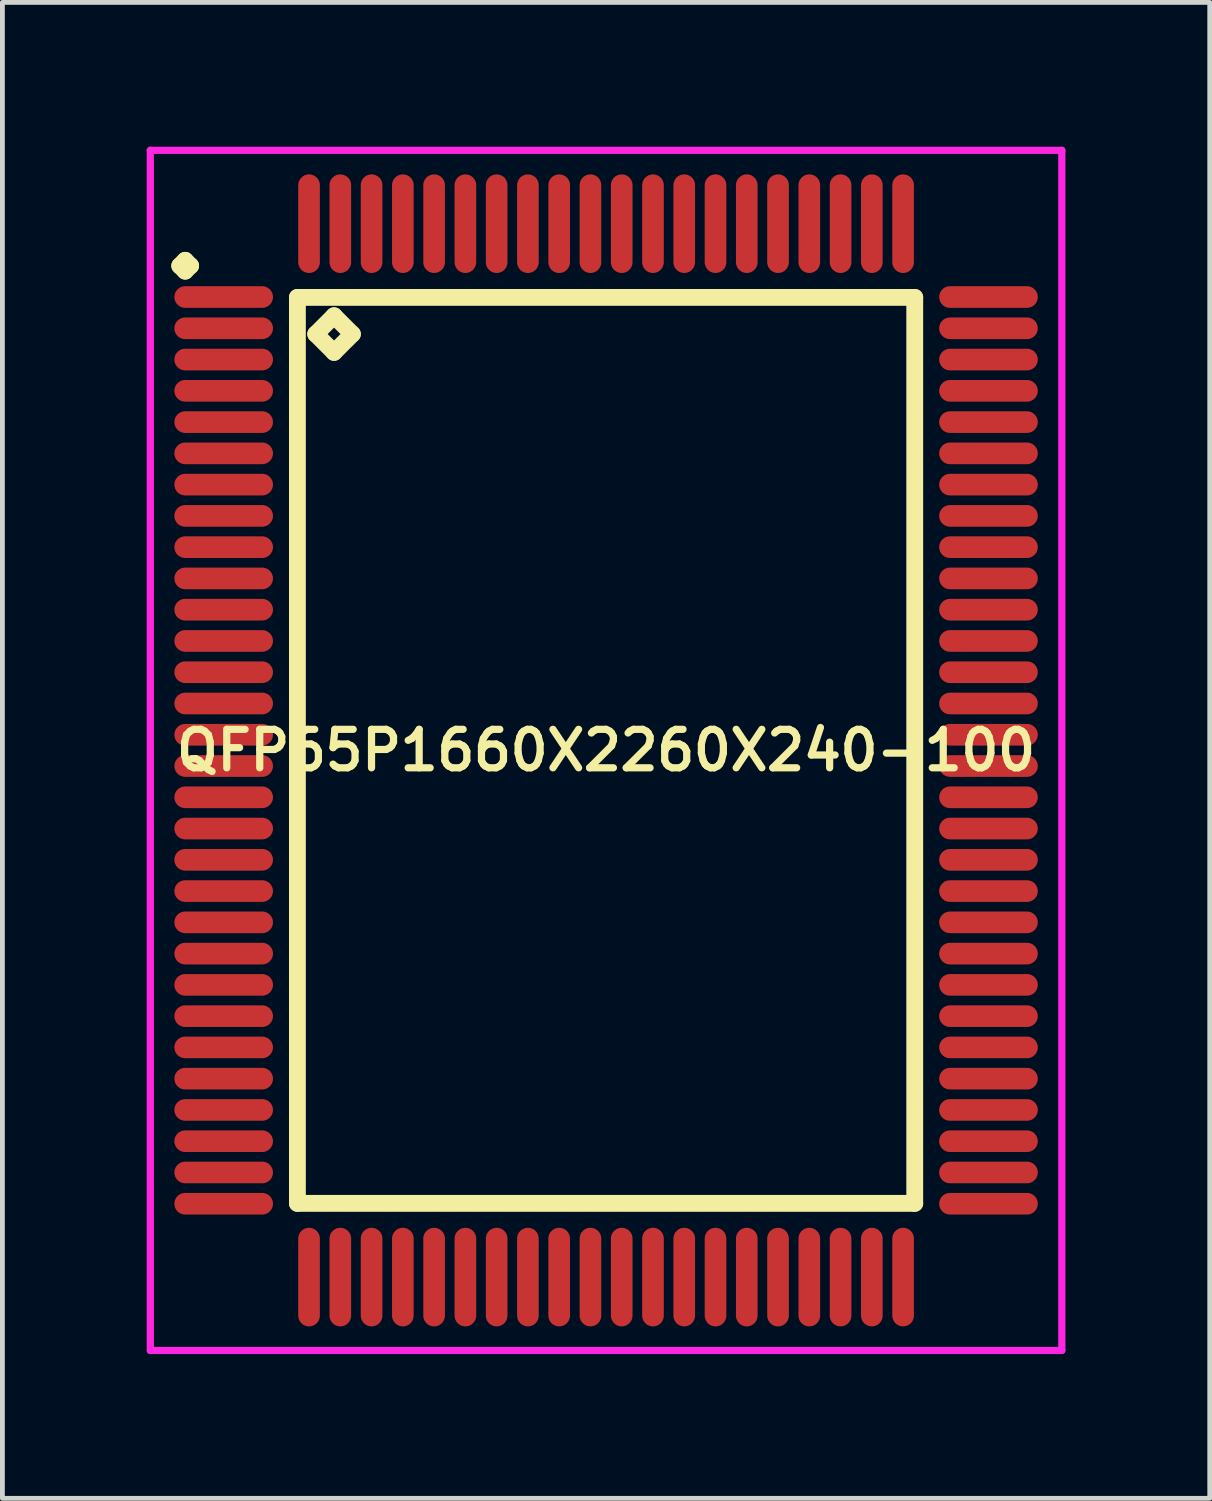
<source format=kicad_pcb>
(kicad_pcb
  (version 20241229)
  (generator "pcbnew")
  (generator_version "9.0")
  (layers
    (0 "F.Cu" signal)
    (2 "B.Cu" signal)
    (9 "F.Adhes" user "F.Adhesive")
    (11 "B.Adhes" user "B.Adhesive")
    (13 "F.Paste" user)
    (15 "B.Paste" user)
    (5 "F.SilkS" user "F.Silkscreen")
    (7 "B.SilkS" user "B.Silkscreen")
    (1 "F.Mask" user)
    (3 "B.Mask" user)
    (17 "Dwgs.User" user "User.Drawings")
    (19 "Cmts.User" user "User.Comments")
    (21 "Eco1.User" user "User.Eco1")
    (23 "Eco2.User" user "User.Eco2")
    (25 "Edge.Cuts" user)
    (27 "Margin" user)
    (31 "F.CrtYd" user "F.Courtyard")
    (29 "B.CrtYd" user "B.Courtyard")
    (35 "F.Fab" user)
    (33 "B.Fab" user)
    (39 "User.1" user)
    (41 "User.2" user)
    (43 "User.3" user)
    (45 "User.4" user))
  (footprint "QFP65P1660X2260X240-100"
    (layer "F.Cu")
    (at 9.55 12.55)
    (property "Reference" "QFP65P1660X2260X240-100" (at 0 0 0) (layer "F.SilkS") (effects (font (size 0.8 0.8) (thickness 0.15))))
    (attr smd)
    (fp_line (start -8.863 -10.075) (end -8.75 -10.188) (stroke (width 0.35) (type solid)) (layer "F.SilkS"))
    (fp_line (start -8.75 -10.188) (end -8.637 -10.075) (stroke (width 0.35) (type solid)) (layer "F.SilkS"))
    (fp_line (start -8.75 -9.963) (end -8.863 -10.075) (stroke (width 0.35) (type solid)) (layer "F.SilkS"))
    (fp_line (start -8.637 -10.075) (end -8.75 -9.963) (stroke (width 0.35) (type solid)) (layer "F.SilkS"))
    (fp_line (start -6.417 -9.417) (end -6.417 9.417) (stroke (width 0.35) (type solid)) (layer "F.SilkS"))
    (fp_line (start -6.417 9.417) (end 6.417 9.417) (stroke (width 0.35) (type solid)) (layer "F.SilkS"))
    (fp_line (start -6.036 -8.655) (end -5.655 -9.036) (stroke (width 0.35) (type solid)) (layer "F.SilkS"))
    (fp_line (start -5.655 -9.036) (end -5.274 -8.655) (stroke (width 0.35) (type solid)) (layer "F.SilkS"))
    (fp_line (start -5.655 -8.274) (end -6.036 -8.655) (stroke (width 0.35) (type solid)) (layer "F.SilkS"))
    (fp_line (start -5.274 -8.655) (end -5.655 -8.274) (stroke (width 0.35) (type solid)) (layer "F.SilkS"))
    (fp_line (start 6.417 -9.417) (end -6.417 -9.417) (stroke (width 0.35) (type solid)) (layer "F.SilkS"))
    (fp_line (start 6.417 9.417) (end 6.417 -9.417) (stroke (width 0.35) (type solid)) (layer "F.SilkS"))
    (fp_line (start -9.475 -12.475) (end 9.475 -12.475) (stroke (width 0.15) (type solid)) (layer "F.CrtYd"))
    (fp_line (start -9.475 12.475) (end -9.475 -12.475) (stroke (width 0.15) (type solid)) (layer "F.CrtYd"))
    (fp_line (start 9.475 -12.475) (end 9.475 12.475) (stroke (width 0.15) (type solid)) (layer "F.CrtYd"))
    (fp_line (start 9.475 12.475) (end -9.475 12.475) (stroke (width 0.15) (type solid)) (layer "F.CrtYd"))
    (pad "1" smd oval (at -7.95 -9.425) (size 2.05 0.45) (layers "F.Cu" "F.Mask" "F.Paste"))
    (pad "2" smd oval (at -7.95 -8.775) (size 2.05 0.45) (layers "F.Cu" "F.Mask" "F.Paste"))
    (pad "3" smd oval (at -7.95 -8.125) (size 2.05 0.45) (layers "F.Cu" "F.Mask" "F.Paste"))
    (pad "4" smd oval (at -7.95 -7.475) (size 2.05 0.45) (layers "F.Cu" "F.Mask" "F.Paste"))
    (pad "5" smd oval (at -7.95 -6.825) (size 2.05 0.45) (layers "F.Cu" "F.Mask" "F.Paste"))
    (pad "6" smd oval (at -7.95 -6.175) (size 2.05 0.45) (layers "F.Cu" "F.Mask" "F.Paste"))
    (pad "7" smd oval (at -7.95 -5.525) (size 2.05 0.45) (layers "F.Cu" "F.Mask" "F.Paste"))
    (pad "8" smd oval (at -7.95 -4.875) (size 2.05 0.45) (layers "F.Cu" "F.Mask" "F.Paste"))
    (pad "9" smd oval (at -7.95 -4.225) (size 2.05 0.45) (layers "F.Cu" "F.Mask" "F.Paste"))
    (pad "10" smd oval (at -7.95 -3.575) (size 2.05 0.45) (layers "F.Cu" "F.Mask" "F.Paste"))
    (pad "11" smd oval (at -7.95 -2.925) (size 2.05 0.45) (layers "F.Cu" "F.Mask" "F.Paste"))
    (pad "12" smd oval (at -7.95 -2.275) (size 2.05 0.45) (layers "F.Cu" "F.Mask" "F.Paste"))
    (pad "13" smd oval (at -7.95 -1.625) (size 2.05 0.45) (layers "F.Cu" "F.Mask" "F.Paste"))
    (pad "14" smd oval (at -7.95 -0.975) (size 2.05 0.45) (layers "F.Cu" "F.Mask" "F.Paste"))
    (pad "15" smd oval (at -7.95 -0.325) (size 2.05 0.45) (layers "F.Cu" "F.Mask" "F.Paste"))
    (pad "16" smd oval (at -7.95 0.325) (size 2.05 0.45) (layers "F.Cu" "F.Mask" "F.Paste"))
    (pad "17" smd oval (at -7.95 0.975) (size 2.05 0.45) (layers "F.Cu" "F.Mask" "F.Paste"))
    (pad "18" smd oval (at -7.95 1.625) (size 2.05 0.45) (layers "F.Cu" "F.Mask" "F.Paste"))
    (pad "19" smd oval (at -7.95 2.275) (size 2.05 0.45) (layers "F.Cu" "F.Mask" "F.Paste"))
    (pad "20" smd oval (at -7.95 2.925) (size 2.05 0.45) (layers "F.Cu" "F.Mask" "F.Paste"))
    (pad "21" smd oval (at -7.95 3.575) (size 2.05 0.45) (layers "F.Cu" "F.Mask" "F.Paste"))
    (pad "22" smd oval (at -7.95 4.225) (size 2.05 0.45) (layers "F.Cu" "F.Mask" "F.Paste"))
    (pad "23" smd oval (at -7.95 4.875) (size 2.05 0.45) (layers "F.Cu" "F.Mask" "F.Paste"))
    (pad "24" smd oval (at -7.95 5.525) (size 2.05 0.45) (layers "F.Cu" "F.Mask" "F.Paste"))
    (pad "25" smd oval (at -7.95 6.175) (size 2.05 0.45) (layers "F.Cu" "F.Mask" "F.Paste"))
    (pad "26" smd oval (at -7.95 6.825) (size 2.05 0.45) (layers "F.Cu" "F.Mask" "F.Paste"))
    (pad "27" smd oval (at -7.95 7.475) (size 2.05 0.45) (layers "F.Cu" "F.Mask" "F.Paste"))
    (pad "28" smd oval (at -7.95 8.125) (size 2.05 0.45) (layers "F.Cu" "F.Mask" "F.Paste"))
    (pad "29" smd oval (at -7.95 8.775) (size 2.05 0.45) (layers "F.Cu" "F.Mask" "F.Paste"))
    (pad "30" smd oval (at -7.95 9.425) (size 2.05 0.45) (layers "F.Cu" "F.Mask" "F.Paste"))
    (pad "31" smd oval (at -6.175 10.95) (size 0.45 2.05) (layers "F.Cu" "F.Mask" "F.Paste"))
    (pad "32" smd oval (at -5.525 10.95) (size 0.45 2.05) (layers "F.Cu" "F.Mask" "F.Paste"))
    (pad "33" smd oval (at -4.875 10.95) (size 0.45 2.05) (layers "F.Cu" "F.Mask" "F.Paste"))
    (pad "34" smd oval (at -4.225 10.95) (size 0.45 2.05) (layers "F.Cu" "F.Mask" "F.Paste"))
    (pad "35" smd oval (at -3.575 10.95) (size 0.45 2.05) (layers "F.Cu" "F.Mask" "F.Paste"))
    (pad "36" smd oval (at -2.925 10.95) (size 0.45 2.05) (layers "F.Cu" "F.Mask" "F.Paste"))
    (pad "37" smd oval (at -2.275 10.95) (size 0.45 2.05) (layers "F.Cu" "F.Mask" "F.Paste"))
    (pad "38" smd oval (at -1.625 10.95) (size 0.45 2.05) (layers "F.Cu" "F.Mask" "F.Paste"))
    (pad "39" smd oval (at -0.975 10.95) (size 0.45 2.05) (layers "F.Cu" "F.Mask" "F.Paste"))
    (pad "40" smd oval (at -0.325 10.95) (size 0.45 2.05) (layers "F.Cu" "F.Mask" "F.Paste"))
    (pad "41" smd oval (at 0.325 10.95) (size 0.45 2.05) (layers "F.Cu" "F.Mask" "F.Paste"))
    (pad "42" smd oval (at 0.975 10.95) (size 0.45 2.05) (layers "F.Cu" "F.Mask" "F.Paste"))
    (pad "43" smd oval (at 1.625 10.95) (size 0.45 2.05) (layers "F.Cu" "F.Mask" "F.Paste"))
    (pad "44" smd oval (at 2.275 10.95) (size 0.45 2.05) (layers "F.Cu" "F.Mask" "F.Paste"))
    (pad "45" smd oval (at 2.925 10.95) (size 0.45 2.05) (layers "F.Cu" "F.Mask" "F.Paste"))
    (pad "46" smd oval (at 3.575 10.95) (size 0.45 2.05) (layers "F.Cu" "F.Mask" "F.Paste"))
    (pad "47" smd oval (at 4.225 10.95) (size 0.45 2.05) (layers "F.Cu" "F.Mask" "F.Paste"))
    (pad "48" smd oval (at 4.875 10.95) (size 0.45 2.05) (layers "F.Cu" "F.Mask" "F.Paste"))
    (pad "49" smd oval (at 5.525 10.95) (size 0.45 2.05) (layers "F.Cu" "F.Mask" "F.Paste"))
    (pad "50" smd oval (at 6.175 10.95) (size 0.45 2.05) (layers "F.Cu" "F.Mask" "F.Paste"))
    (pad "51" smd oval (at 7.95 9.425) (size 2.05 0.45) (layers "F.Cu" "F.Mask" "F.Paste"))
    (pad "52" smd oval (at 7.95 8.775) (size 2.05 0.45) (layers "F.Cu" "F.Mask" "F.Paste"))
    (pad "53" smd oval (at 7.95 8.125) (size 2.05 0.45) (layers "F.Cu" "F.Mask" "F.Paste"))
    (pad "54" smd oval (at 7.95 7.475) (size 2.05 0.45) (layers "F.Cu" "F.Mask" "F.Paste"))
    (pad "55" smd oval (at 7.95 6.825) (size 2.05 0.45) (layers "F.Cu" "F.Mask" "F.Paste"))
    (pad "56" smd oval (at 7.95 6.175) (size 2.05 0.45) (layers "F.Cu" "F.Mask" "F.Paste"))
    (pad "57" smd oval (at 7.95 5.525) (size 2.05 0.45) (layers "F.Cu" "F.Mask" "F.Paste"))
    (pad "58" smd oval (at 7.95 4.875) (size 2.05 0.45) (layers "F.Cu" "F.Mask" "F.Paste"))
    (pad "59" smd oval (at 7.95 4.225) (size 2.05 0.45) (layers "F.Cu" "F.Mask" "F.Paste"))
    (pad "60" smd oval (at 7.95 3.575) (size 2.05 0.45) (layers "F.Cu" "F.Mask" "F.Paste"))
    (pad "61" smd oval (at 7.95 2.925) (size 2.05 0.45) (layers "F.Cu" "F.Mask" "F.Paste"))
    (pad "62" smd oval (at 7.95 2.275) (size 2.05 0.45) (layers "F.Cu" "F.Mask" "F.Paste"))
    (pad "63" smd oval (at 7.95 1.625) (size 2.05 0.45) (layers "F.Cu" "F.Mask" "F.Paste"))
    (pad "64" smd oval (at 7.95 0.975) (size 2.05 0.45) (layers "F.Cu" "F.Mask" "F.Paste"))
    (pad "65" smd oval (at 7.95 0.325) (size 2.05 0.45) (layers "F.Cu" "F.Mask" "F.Paste"))
    (pad "66" smd oval (at 7.95 -0.325) (size 2.05 0.45) (layers "F.Cu" "F.Mask" "F.Paste"))
    (pad "67" smd oval (at 7.95 -0.975) (size 2.05 0.45) (layers "F.Cu" "F.Mask" "F.Paste"))
    (pad "68" smd oval (at 7.95 -1.625) (size 2.05 0.45) (layers "F.Cu" "F.Mask" "F.Paste"))
    (pad "69" smd oval (at 7.95 -2.275) (size 2.05 0.45) (layers "F.Cu" "F.Mask" "F.Paste"))
    (pad "70" smd oval (at 7.95 -2.925) (size 2.05 0.45) (layers "F.Cu" "F.Mask" "F.Paste"))
    (pad "71" smd oval (at 7.95 -3.575) (size 2.05 0.45) (layers "F.Cu" "F.Mask" "F.Paste"))
    (pad "72" smd oval (at 7.95 -4.225) (size 2.05 0.45) (layers "F.Cu" "F.Mask" "F.Paste"))
    (pad "73" smd oval (at 7.95 -4.875) (size 2.05 0.45) (layers "F.Cu" "F.Mask" "F.Paste"))
    (pad "74" smd oval (at 7.95 -5.525) (size 2.05 0.45) (layers "F.Cu" "F.Mask" "F.Paste"))
    (pad "75" smd oval (at 7.95 -6.175) (size 2.05 0.45) (layers "F.Cu" "F.Mask" "F.Paste"))
    (pad "76" smd oval (at 7.95 -6.825) (size 2.05 0.45) (layers "F.Cu" "F.Mask" "F.Paste"))
    (pad "77" smd oval (at 7.95 -7.475) (size 2.05 0.45) (layers "F.Cu" "F.Mask" "F.Paste"))
    (pad "78" smd oval (at 7.95 -8.125) (size 2.05 0.45) (layers "F.Cu" "F.Mask" "F.Paste"))
    (pad "79" smd oval (at 7.95 -8.775) (size 2.05 0.45) (layers "F.Cu" "F.Mask" "F.Paste"))
    (pad "80" smd oval (at 7.95 -9.425) (size 2.05 0.45) (layers "F.Cu" "F.Mask" "F.Paste"))
    (pad "81" smd oval (at 6.175 -10.95) (size 0.45 2.05) (layers "F.Cu" "F.Mask" "F.Paste"))
    (pad "82" smd oval (at 5.525 -10.95) (size 0.45 2.05) (layers "F.Cu" "F.Mask" "F.Paste"))
    (pad "83" smd oval (at 4.875 -10.95) (size 0.45 2.05) (layers "F.Cu" "F.Mask" "F.Paste"))
    (pad "84" smd oval (at 4.225 -10.95) (size 0.45 2.05) (layers "F.Cu" "F.Mask" "F.Paste"))
    (pad "85" smd oval (at 3.575 -10.95) (size 0.45 2.05) (layers "F.Cu" "F.Mask" "F.Paste"))
    (pad "86" smd oval (at 2.925 -10.95) (size 0.45 2.05) (layers "F.Cu" "F.Mask" "F.Paste"))
    (pad "87" smd oval (at 2.275 -10.95) (size 0.45 2.05) (layers "F.Cu" "F.Mask" "F.Paste"))
    (pad "88" smd oval (at 1.625 -10.95) (size 0.45 2.05) (layers "F.Cu" "F.Mask" "F.Paste"))
    (pad "89" smd oval (at 0.975 -10.95) (size 0.45 2.05) (layers "F.Cu" "F.Mask" "F.Paste"))
    (pad "90" smd oval (at 0.325 -10.95) (size 0.45 2.05) (layers "F.Cu" "F.Mask" "F.Paste"))
    (pad "91" smd oval (at -0.325 -10.95) (size 0.45 2.05) (layers "F.Cu" "F.Mask" "F.Paste"))
    (pad "92" smd oval (at -0.975 -10.95) (size 0.45 2.05) (layers "F.Cu" "F.Mask" "F.Paste"))
    (pad "93" smd oval (at -1.625 -10.95) (size 0.45 2.05) (layers "F.Cu" "F.Mask" "F.Paste"))
    (pad "94" smd oval (at -2.275 -10.95) (size 0.45 2.05) (layers "F.Cu" "F.Mask" "F.Paste"))
    (pad "95" smd oval (at -2.925 -10.95) (size 0.45 2.05) (layers "F.Cu" "F.Mask" "F.Paste"))
    (pad "96" smd oval (at -3.575 -10.95) (size 0.45 2.05) (layers "F.Cu" "F.Mask" "F.Paste"))
    (pad "97" smd oval (at -4.225 -10.95) (size 0.45 2.05) (layers "F.Cu" "F.Mask" "F.Paste"))
    (pad "98" smd oval (at -4.875 -10.95) (size 0.45 2.05) (layers "F.Cu" "F.Mask" "F.Paste"))
    (pad "99" smd oval (at -5.525 -10.95) (size 0.45 2.05) (layers "F.Cu" "F.Mask" "F.Paste"))
    (pad "100" smd oval (at -6.175 -10.95) (size 0.45 2.05) (layers "F.Cu" "F.Mask" "F.Paste")))
  (gr_rect
    (start -3 -3)
    (end 22.1 28.1)
    (stroke (width 0.1) (type default))
    (fill no)
    (layer "Edge.Cuts")))
</source>
